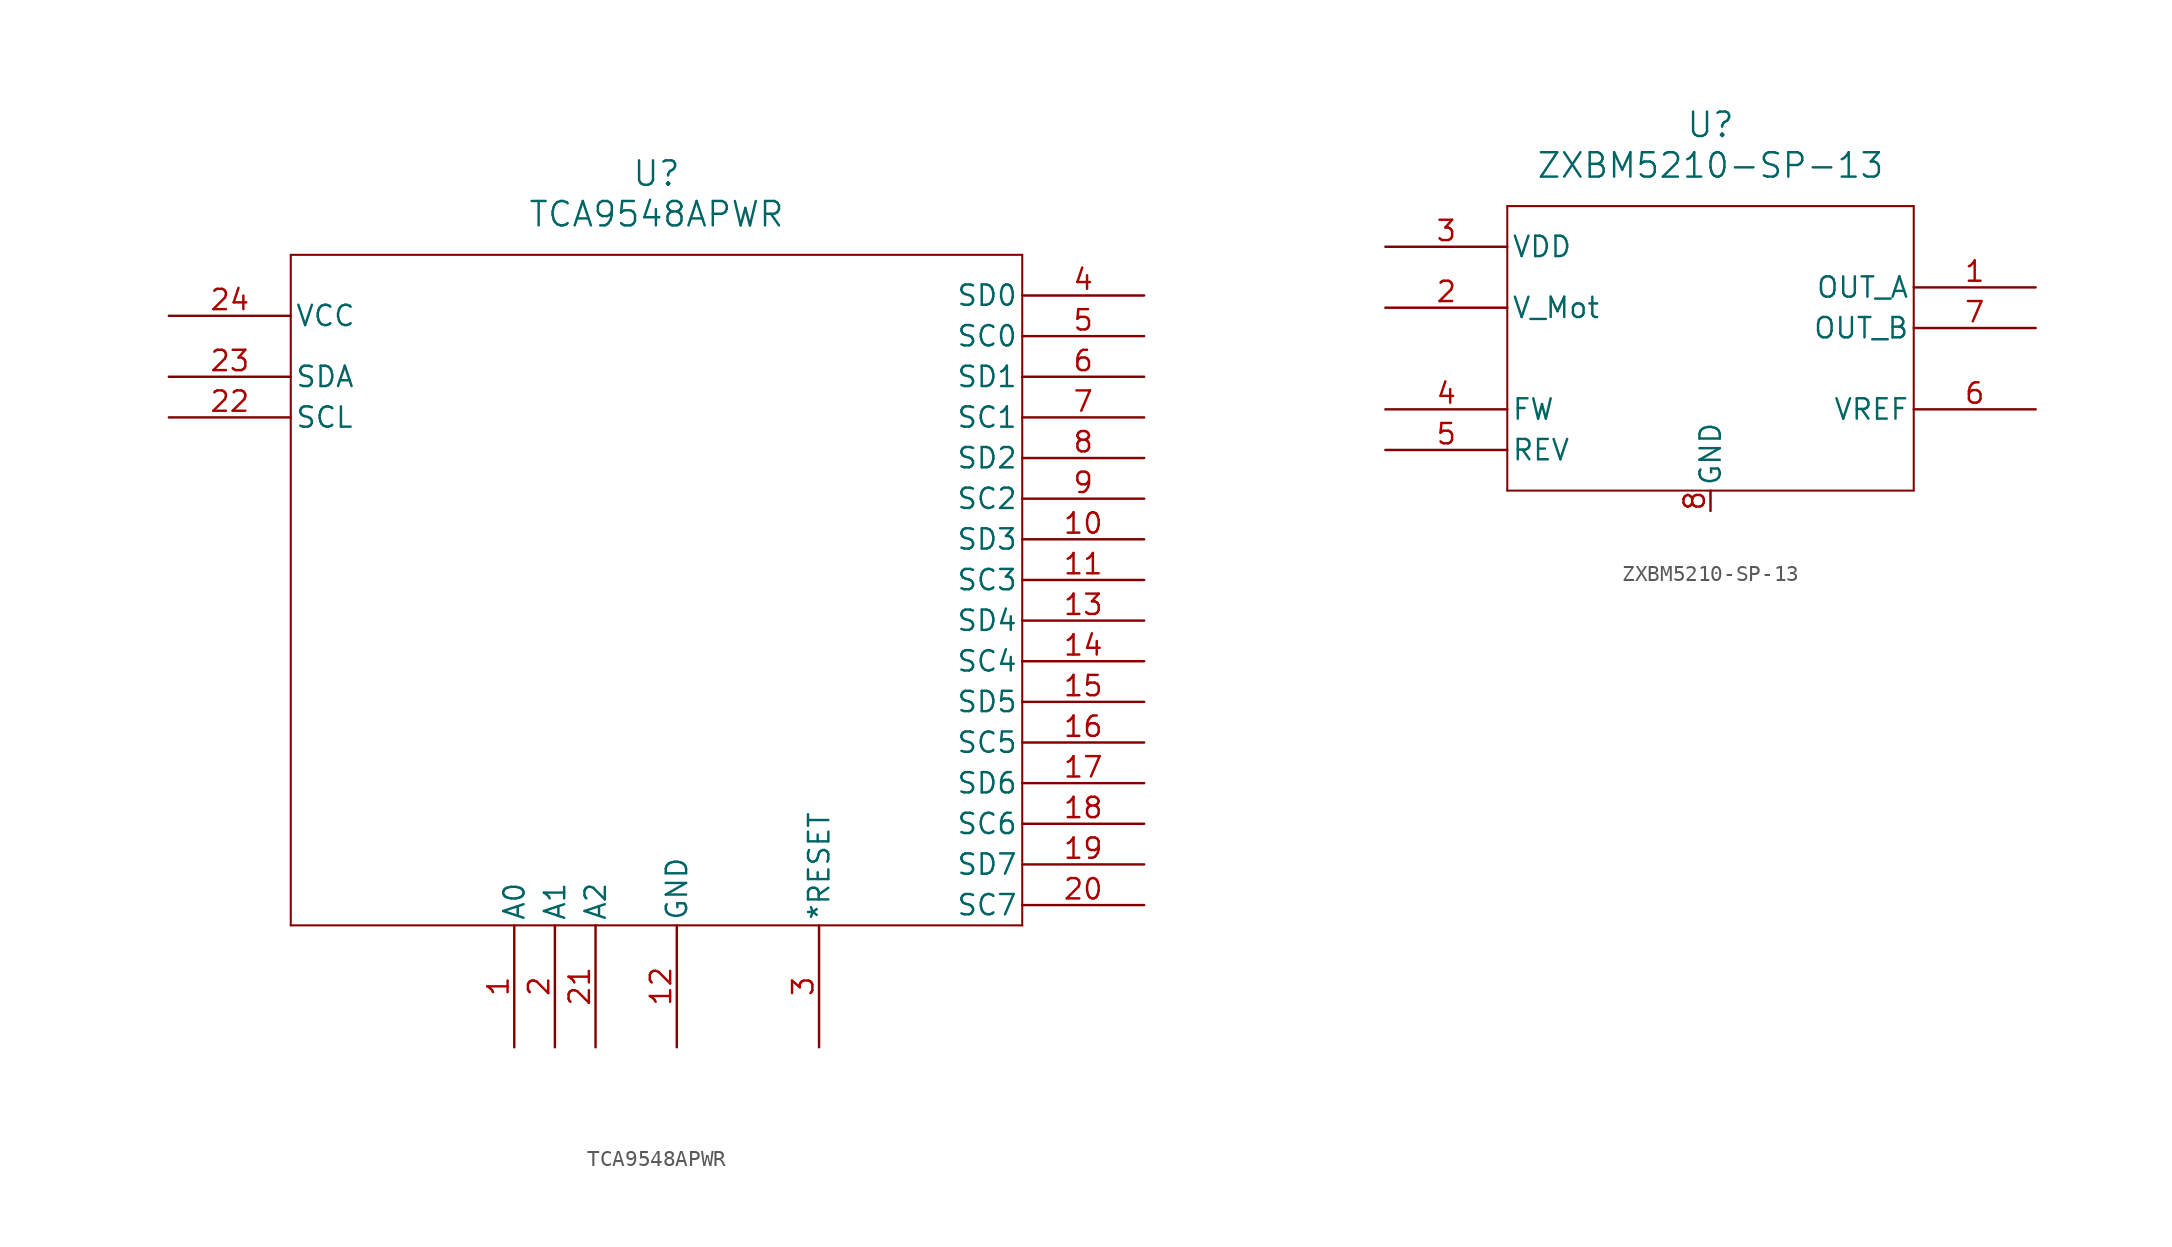
<source format=kicad_sym>
(kicad_symbol_lib
  (version 20241209)
  (generator "kicad_symbol_editor")
  (generator_version "9.0")
  (symbol "TCA9548APWR"
    (pin_names
      (offset 0.254))
    (property "Reference" "U"
      (at -1.27 27.94 0)
      (effects (font (size 1.524 1.524))))
    (property "Value" "TCA9548APWR"
      (at -1.27 25.4 0)
      (effects (font (size 1.524 1.524))))
    (property "ki_locked" ""
      (at 0 0 0)
      (effects (font (size 1.27 1.27))))
    (symbol "TCA9548APWR_0_1"
      (polyline (pts (xy -24.13 22.86) (xy -24.13 -19.05)) (stroke (width 0.127) (type default)) (fill (type none)))
      (polyline (pts (xy -24.13 -19.05) (xy 21.59 -19.05)) (stroke (width 0.127) (type default)) (fill (type none)))
      (polyline (pts (xy 21.59 22.86) (xy -24.13 22.86)) (stroke (width 0.127) (type default)) (fill (type none)))
      (polyline (pts (xy 21.59 -19.05) (xy 21.59 22.86)) (stroke (width 0.127) (type default)) (fill (type none)))
      (pin power_in line (at -31.75 19.05 0) (length 7.62) (name "VCC" (effects (font (size 1.27 1.27)))) (number "24" (effects (font (size 1.27 1.27)))))
      (pin unspecified line (at -31.75 15.24 0) (length 7.62) (name "SDA" (effects (font (size 1.27 1.27)))) (number "23" (effects (font (size 1.27 1.27)))))
      (pin unspecified line (at -31.75 12.7 0) (length 7.62) (name "SCL" (effects (font (size 1.27 1.27)))) (number "22" (effects (font (size 1.27 1.27)))))
      (pin input line (at -10.16 -26.67 90) (length 7.62) (name "A0" (effects (font (size 1.27 1.27)))) (number "1" (effects (font (size 1.27 1.27)))))
      (pin input line (at -7.62 -26.67 90) (length 7.62) (name "A1" (effects (font (size 1.27 1.27)))) (number "2" (effects (font (size 1.27 1.27)))))
      (pin input line (at -5.08 -26.67 90) (length 7.62) (name "A2" (effects (font (size 1.27 1.27)))) (number "21" (effects (font (size 1.27 1.27)))))
      (pin power_in line (at 0 -26.67 90) (length 7.62) (name "GND" (effects (font (size 1.27 1.27)))) (number "12" (effects (font (size 1.27 1.27)))))
      (pin input line (at 8.89 -26.67 90) (length 7.62) (name "*RESET" (effects (font (size 1.27 1.27)))) (number "3" (effects (font (size 1.27 1.27)))))
      (pin unspecified line (at 29.21 20.32 180) (length 7.62) (name "SD0" (effects (font (size 1.27 1.27)))) (number "4" (effects (font (size 1.27 1.27)))))
      (pin unspecified line (at 29.21 17.78 180) (length 7.62) (name "SC0" (effects (font (size 1.27 1.27)))) (number "5" (effects (font (size 1.27 1.27)))))
      (pin unspecified line (at 29.21 15.24 180) (length 7.62) (name "SD1" (effects (font (size 1.27 1.27)))) (number "6" (effects (font (size 1.27 1.27)))))
      (pin unspecified line (at 29.21 12.7 180) (length 7.62) (name "SC1" (effects (font (size 1.27 1.27)))) (number "7" (effects (font (size 1.27 1.27)))))
      (pin unspecified line (at 29.21 10.16 180) (length 7.62) (name "SD2" (effects (font (size 1.27 1.27)))) (number "8" (effects (font (size 1.27 1.27)))))
      (pin unspecified line (at 29.21 7.62 180) (length 7.62) (name "SC2" (effects (font (size 1.27 1.27)))) (number "9" (effects (font (size 1.27 1.27)))))
      (pin unspecified line (at 29.21 5.08 180) (length 7.62) (name "SD3" (effects (font (size 1.27 1.27)))) (number "10" (effects (font (size 1.27 1.27)))))
      (pin unspecified line (at 29.21 2.54 180) (length 7.62) (name "SC3" (effects (font (size 1.27 1.27)))) (number "11" (effects (font (size 1.27 1.27)))))
      (pin unspecified line (at 29.21 0 180) (length 7.62) (name "SD4" (effects (font (size 1.27 1.27)))) (number "13" (effects (font (size 1.27 1.27)))))
      (pin unspecified line (at 29.21 -2.54 180) (length 7.62) (name "SC4" (effects (font (size 1.27 1.27)))) (number "14" (effects (font (size 1.27 1.27)))))
      (pin unspecified line (at 29.21 -5.08 180) (length 7.62) (name "SD5" (effects (font (size 1.27 1.27)))) (number "15" (effects (font (size 1.27 1.27)))))
      (pin unspecified line (at 29.21 -7.62 180) (length 7.62) (name "SC5" (effects (font (size 1.27 1.27)))) (number "16" (effects (font (size 1.27 1.27)))))
      (pin unspecified line (at 29.21 -10.16 180) (length 7.62) (name "SD6" (effects (font (size 1.27 1.27)))) (number "17" (effects (font (size 1.27 1.27)))))
      (pin unspecified line (at 29.21 -12.7 180) (length 7.62) (name "SC6" (effects (font (size 1.27 1.27)))) (number "18" (effects (font (size 1.27 1.27)))))
      (pin unspecified line (at 29.21 -15.24 180) (length 7.62) (name "SD7" (effects (font (size 1.27 1.27)))) (number "19" (effects (font (size 1.27 1.27)))))
      (pin unspecified line (at 29.21 -17.78 180) (length 7.62) (name "SC7" (effects (font (size 1.27 1.27)))) (number "20" (effects (font (size 1.27 1.27)))))))
  (symbol "ZXBM5210-SP-13"
    (pin_names
      (offset 0.254))
    (property "Reference" "U"
      (at 0 13.97 0)
      (effects (font (size 1.524 1.524))))
    (property "Value" "ZXBM5210-SP-13"
      (at 0 11.43 0)
      (effects (font (size 1.524 1.524))))
    (property "ki_locked" ""
      (at 0 0 0)
      (effects (font (size 1.27 1.27))))
    (symbol "ZXBM5210-SP-13_0_1"
      (polyline (pts (xy -12.7 8.89) (xy -12.7 -8.89)) (stroke (width 0.127) (type default)) (fill (type none)))
      (polyline (pts (xy -12.7 -8.89) (xy 12.7 -8.89)) (stroke (width 0.127) (type default)) (fill (type none)))
      (polyline (pts (xy 12.7 8.89) (xy -12.7 8.89)) (stroke (width 0.127) (type default)) (fill (type none)))
      (polyline (pts (xy 12.7 -8.89) (xy 12.7 8.89)) (stroke (width 0.127) (type default)) (fill (type none))))
    (symbol "ZXBM5210-SP-13_1_1"
      (pin unspecified line (at -20.32 6.35 0) (length 7.62) (name "VDD" (effects (font (size 1.27 1.27)))) (number "3" (effects (font (size 1.27 1.27)))))
      (pin unspecified line (at -20.32 2.54 0) (length 7.62) (name "V_Mot" (effects (font (size 1.27 1.27)))) (number "2" (effects (font (size 1.27 1.27)))))
      (pin unspecified line (at -20.32 -3.81 0) (length 7.62) (name "FW" (effects (font (size 1.27 1.27)))) (number "4" (effects (font (size 1.27 1.27)))))
      (pin unspecified line (at -20.32 -6.35 0) (length 7.62) (name "REV" (effects (font (size 1.27 1.27)))) (number "5" (effects (font (size 1.27 1.27)))))
      (pin unspecified line (at 0 -10.16 90) (length 1.27) (name "GND" (effects (font (size 1.27 1.27)))) (number "8" (effects (font (size 1.27 1.27)))))
      (pin unspecified line (at 20.32 3.81 180) (length 7.62) (name "OUT_A" (effects (font (size 1.27 1.27)))) (number "1" (effects (font (size 1.27 1.27)))))
      (pin unspecified line (at 20.32 1.27 180) (length 7.62) (name "OUT_B" (effects (font (size 1.27 1.27)))) (number "7" (effects (font (size 1.27 1.27)))))
      (pin unspecified line (at 20.32 -3.81 180) (length 7.62) (name "VREF" (effects (font (size 1.27 1.27)))) (number "6" (effects (font (size 1.27 1.27))))))))
</source>
